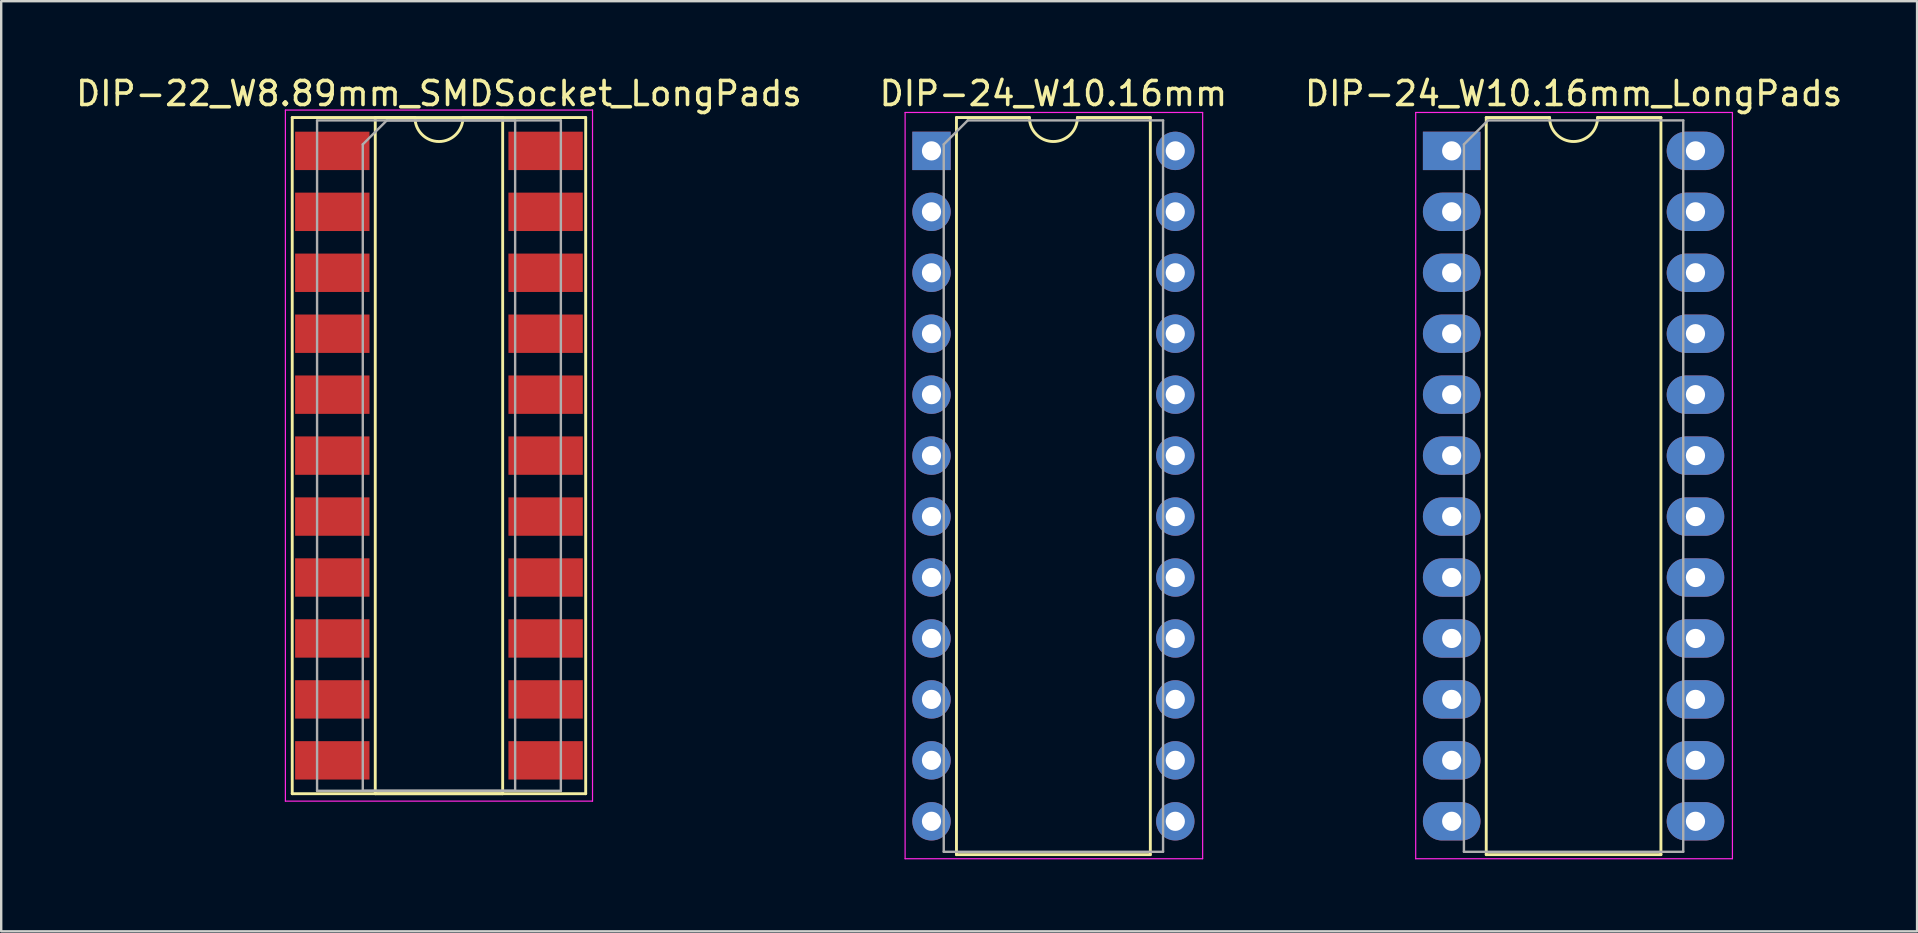
<source format=kicad_pcb>
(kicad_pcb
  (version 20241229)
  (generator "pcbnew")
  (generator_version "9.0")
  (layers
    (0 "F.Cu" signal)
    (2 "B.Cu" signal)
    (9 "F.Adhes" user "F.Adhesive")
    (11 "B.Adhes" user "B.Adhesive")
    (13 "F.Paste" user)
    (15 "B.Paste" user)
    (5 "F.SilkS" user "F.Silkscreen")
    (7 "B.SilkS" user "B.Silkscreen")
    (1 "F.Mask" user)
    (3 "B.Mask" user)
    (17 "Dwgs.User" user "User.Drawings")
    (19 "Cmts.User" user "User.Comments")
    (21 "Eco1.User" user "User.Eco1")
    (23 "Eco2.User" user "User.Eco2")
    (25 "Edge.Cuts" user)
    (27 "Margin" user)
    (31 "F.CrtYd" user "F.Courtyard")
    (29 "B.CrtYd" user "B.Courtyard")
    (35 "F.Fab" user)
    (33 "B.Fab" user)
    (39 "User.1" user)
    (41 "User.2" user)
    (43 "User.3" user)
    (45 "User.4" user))
  (footprint "DIP-22_W8.89mm_SMDSocket_LongPads"
    (layer "F.Cu")
    (at 15.244 15.938)
    (property "Reference" "DIP-22_W8.89mm_SMDSocket_LongPads" (at 0 -15.09 0) (layer "F.SilkS") (effects (font (size 1 1) (thickness 0.15))))
    (attr smd)
    (fp_line (start -6.115 -14.09) (end -6.115 14.09) (stroke (width 0.12) (type solid)) (layer "F.SilkS"))
    (fp_line (start -6.115 14.09) (end 6.115 14.09) (stroke (width 0.12) (type solid)) (layer "F.SilkS"))
    (fp_line (start -2.655 -14.09) (end -2.655 14.09) (stroke (width 0.12) (type solid)) (layer "F.SilkS"))
    (fp_line (start -2.655 14.09) (end 2.655 14.09) (stroke (width 0.12) (type solid)) (layer "F.SilkS"))
    (fp_line (start -1 -14.09) (end -2.655 -14.09) (stroke (width 0.12) (type solid)) (layer "F.SilkS"))
    (fp_line (start 2.655 -14.09) (end 1 -14.09) (stroke (width 0.12) (type solid)) (layer "F.SilkS"))
    (fp_line (start 2.655 14.09) (end 2.655 -14.09) (stroke (width 0.12) (type solid)) (layer "F.SilkS"))
    (fp_line (start 6.115 -14.09) (end -6.115 -14.09) (stroke (width 0.12) (type solid)) (layer "F.SilkS"))
    (fp_line (start 6.115 14.09) (end 6.115 -14.09) (stroke (width 0.12) (type solid)) (layer "F.SilkS"))
    (fp_arc (start 1 -14.09) (mid 0 -13.09) (end -1 -14.09) (stroke (width 0.12) (type solid)) (layer "F.SilkS"))
    (fp_line (start -6.4 -14.4) (end -6.4 14.4) (stroke (width 0.05) (type solid)) (layer "F.CrtYd"))
    (fp_line (start -6.4 14.4) (end 6.4 14.4) (stroke (width 0.05) (type solid)) (layer "F.CrtYd"))
    (fp_line (start 6.4 -14.4) (end -6.4 -14.4) (stroke (width 0.05) (type solid)) (layer "F.CrtYd"))
    (fp_line (start 6.4 14.4) (end 6.4 -14.4) (stroke (width 0.05) (type solid)) (layer "F.CrtYd"))
    (fp_line (start -5.08 -13.97) (end -5.08 13.97) (stroke (width 0.1) (type solid)) (layer "F.Fab"))
    (fp_line (start -5.08 13.97) (end 5.08 13.97) (stroke (width 0.1) (type solid)) (layer "F.Fab"))
    (fp_line (start -3.175 -12.97) (end -2.175 -13.97) (stroke (width 0.1) (type solid)) (layer "F.Fab"))
    (fp_line (start -3.175 13.97) (end -3.175 -12.97) (stroke (width 0.1) (type solid)) (layer "F.Fab"))
    (fp_line (start -2.175 -13.97) (end 3.175 -13.97) (stroke (width 0.1) (type solid)) (layer "F.Fab"))
    (fp_line (start 3.175 -13.97) (end 3.175 13.97) (stroke (width 0.1) (type solid)) (layer "F.Fab"))
    (fp_line (start 3.175 13.97) (end -3.175 13.97) (stroke (width 0.1) (type solid)) (layer "F.Fab"))
    (fp_line (start 5.08 -13.97) (end -5.08 -13.97) (stroke (width 0.1) (type solid)) (layer "F.Fab"))
    (fp_line (start 5.08 13.97) (end 5.08 -13.97) (stroke (width 0.1) (type solid)) (layer "F.Fab"))
    (pad "1" smd rect (at -4.445 -12.7) (size 3.1 1.6) (layers "F.Cu" "F.Mask"))
    (pad "2" smd rect (at -4.445 -10.16) (size 3.1 1.6) (layers "F.Cu" "F.Mask"))
    (pad "3" smd rect (at -4.445 -7.62) (size 3.1 1.6) (layers "F.Cu" "F.Mask"))
    (pad "4" smd rect (at -4.445 -5.08) (size 3.1 1.6) (layers "F.Cu" "F.Mask"))
    (pad "5" smd rect (at -4.445 -2.54) (size 3.1 1.6) (layers "F.Cu" "F.Mask"))
    (pad "6" smd rect (at -4.445 0) (size 3.1 1.6) (layers "F.Cu" "F.Mask"))
    (pad "7" smd rect (at -4.445 2.54) (size 3.1 1.6) (layers "F.Cu" "F.Mask"))
    (pad "8" smd rect (at -4.445 5.08) (size 3.1 1.6) (layers "F.Cu" "F.Mask"))
    (pad "9" smd rect (at -4.445 7.62) (size 3.1 1.6) (layers "F.Cu" "F.Mask"))
    (pad "10" smd rect (at -4.445 10.16) (size 3.1 1.6) (layers "F.Cu" "F.Mask"))
    (pad "11" smd rect (at -4.445 12.7) (size 3.1 1.6) (layers "F.Cu" "F.Mask"))
    (pad "12" smd rect (at 4.445 12.7) (size 3.1 1.6) (layers "F.Cu" "F.Mask"))
    (pad "13" smd rect (at 4.445 10.16) (size 3.1 1.6) (layers "F.Cu" "F.Mask"))
    (pad "14" smd rect (at 4.445 7.62) (size 3.1 1.6) (layers "F.Cu" "F.Mask"))
    (pad "15" smd rect (at 4.445 5.08) (size 3.1 1.6) (layers "F.Cu" "F.Mask"))
    (pad "16" smd rect (at 4.445 2.54) (size 3.1 1.6) (layers "F.Cu" "F.Mask"))
    (pad "17" smd rect (at 4.445 0) (size 3.1 1.6) (layers "F.Cu" "F.Mask"))
    (pad "18" smd rect (at 4.445 -2.54) (size 3.1 1.6) (layers "F.Cu" "F.Mask"))
    (pad "19" smd rect (at 4.445 -5.08) (size 3.1 1.6) (layers "F.Cu" "F.Mask"))
    (pad "20" smd rect (at 4.445 -7.62) (size 3.1 1.6) (layers "F.Cu" "F.Mask"))
    (pad "21" smd rect (at 4.445 -10.16) (size 3.1 1.6) (layers "F.Cu" "F.Mask"))
    (pad "22" smd rect (at 4.445 -12.7) (size 3.1 1.6) (layers "F.Cu" "F.Mask")))
  (footprint "DIP-24_W10.16mm"
    (layer "F.Cu")
    (at 35.771 3.238)
    (property "Reference" "DIP-24_W10.16mm" (at 5.08 -2.39 0) (layer "F.SilkS") (effects (font (size 1 1) (thickness 0.15))))
    (attr through_hole)
    (fp_line (start 1.04 -1.39) (end 1.04 29.33) (stroke (width 0.12) (type solid)) (layer "F.SilkS"))
    (fp_line (start 1.04 29.33) (end 9.12 29.33) (stroke (width 0.12) (type solid)) (layer "F.SilkS"))
    (fp_line (start 4.08 -1.39) (end 1.04 -1.39) (stroke (width 0.12) (type solid)) (layer "F.SilkS"))
    (fp_line (start 9.12 -1.39) (end 6.08 -1.39) (stroke (width 0.12) (type solid)) (layer "F.SilkS"))
    (fp_line (start 9.12 29.33) (end 9.12 -1.39) (stroke (width 0.12) (type solid)) (layer "F.SilkS"))
    (fp_arc (start 6.08 -1.39) (mid 5.08 -0.39) (end 4.08 -1.39) (stroke (width 0.12) (type solid)) (layer "F.SilkS"))
    (fp_line (start -1.1 -1.6) (end -1.1 29.5) (stroke (width 0.05) (type solid)) (layer "F.CrtYd"))
    (fp_line (start -1.1 29.5) (end 11.3 29.5) (stroke (width 0.05) (type solid)) (layer "F.CrtYd"))
    (fp_line (start 11.3 -1.6) (end -1.1 -1.6) (stroke (width 0.05) (type solid)) (layer "F.CrtYd"))
    (fp_line (start 11.3 29.5) (end 11.3 -1.6) (stroke (width 0.05) (type solid)) (layer "F.CrtYd"))
    (fp_line (start 0.51 -0.27) (end 1.51 -1.27) (stroke (width 0.1) (type solid)) (layer "F.Fab"))
    (fp_line (start 0.51 29.21) (end 0.51 -0.27) (stroke (width 0.1) (type solid)) (layer "F.Fab"))
    (fp_line (start 1.51 -1.27) (end 9.65 -1.27) (stroke (width 0.1) (type solid)) (layer "F.Fab"))
    (fp_line (start 9.65 -1.27) (end 9.65 29.21) (stroke (width 0.1) (type solid)) (layer "F.Fab"))
    (fp_line (start 9.65 29.21) (end 0.51 29.21) (stroke (width 0.1) (type solid)) (layer "F.Fab"))
    (pad "1" thru_hole rect (at 0 0) (size 1.6 1.6) (drill 0.8) (layers "*.Cu" "*.Mask"))
    (pad "2" thru_hole oval (at 0 2.54) (size 1.6 1.6) (drill 0.8) (layers "*.Cu" "*.Mask"))
    (pad "3" thru_hole oval (at 0 5.08) (size 1.6 1.6) (drill 0.8) (layers "*.Cu" "*.Mask"))
    (pad "4" thru_hole oval (at 0 7.62) (size 1.6 1.6) (drill 0.8) (layers "*.Cu" "*.Mask"))
    (pad "5" thru_hole oval (at 0 10.16) (size 1.6 1.6) (drill 0.8) (layers "*.Cu" "*.Mask"))
    (pad "6" thru_hole oval (at 0 12.7) (size 1.6 1.6) (drill 0.8) (layers "*.Cu" "*.Mask"))
    (pad "7" thru_hole oval (at 0 15.24) (size 1.6 1.6) (drill 0.8) (layers "*.Cu" "*.Mask"))
    (pad "8" thru_hole oval (at 0 17.78) (size 1.6 1.6) (drill 0.8) (layers "*.Cu" "*.Mask"))
    (pad "9" thru_hole oval (at 0 20.32) (size 1.6 1.6) (drill 0.8) (layers "*.Cu" "*.Mask"))
    (pad "10" thru_hole oval (at 0 22.86) (size 1.6 1.6) (drill 0.8) (layers "*.Cu" "*.Mask"))
    (pad "11" thru_hole oval (at 0 25.4) (size 1.6 1.6) (drill 0.8) (layers "*.Cu" "*.Mask"))
    (pad "12" thru_hole oval (at 0 27.94) (size 1.6 1.6) (drill 0.8) (layers "*.Cu" "*.Mask"))
    (pad "13" thru_hole oval (at 10.16 27.94) (size 1.6 1.6) (drill 0.8) (layers "*.Cu" "*.Mask"))
    (pad "14" thru_hole oval (at 10.16 25.4) (size 1.6 1.6) (drill 0.8) (layers "*.Cu" "*.Mask"))
    (pad "15" thru_hole oval (at 10.16 22.86) (size 1.6 1.6) (drill 0.8) (layers "*.Cu" "*.Mask"))
    (pad "16" thru_hole oval (at 10.16 20.32) (size 1.6 1.6) (drill 0.8) (layers "*.Cu" "*.Mask"))
    (pad "17" thru_hole oval (at 10.16 17.78) (size 1.6 1.6) (drill 0.8) (layers "*.Cu" "*.Mask"))
    (pad "18" thru_hole oval (at 10.16 15.24) (size 1.6 1.6) (drill 0.8) (layers "*.Cu" "*.Mask"))
    (pad "19" thru_hole oval (at 10.16 12.7) (size 1.6 1.6) (drill 0.8) (layers "*.Cu" "*.Mask"))
    (pad "20" thru_hole oval (at 10.16 10.16) (size 1.6 1.6) (drill 0.8) (layers "*.Cu" "*.Mask"))
    (pad "21" thru_hole oval (at 10.16 7.62) (size 1.6 1.6) (drill 0.8) (layers "*.Cu" "*.Mask"))
    (pad "22" thru_hole oval (at 10.16 5.08) (size 1.6 1.6) (drill 0.8) (layers "*.Cu" "*.Mask"))
    (pad "23" thru_hole oval (at 10.16 2.54) (size 1.6 1.6) (drill 0.8) (layers "*.Cu" "*.Mask"))
    (pad "24" thru_hole oval (at 10.16 0) (size 1.6 1.6) (drill 0.8) (layers "*.Cu" "*.Mask")))
  (footprint "DIP-24_W10.16mm_LongPads"
    (layer "F.Cu")
    (at 57.45 3.238)
    (property "Reference" "DIP-24_W10.16mm_LongPads" (at 5.08 -2.39 0) (layer "F.SilkS") (effects (font (size 1 1) (thickness 0.15))))
    (attr through_hole)
    (fp_line (start 1.44 -1.39) (end 1.44 29.33) (stroke (width 0.12) (type solid)) (layer "F.SilkS"))
    (fp_line (start 1.44 29.33) (end 8.72 29.33) (stroke (width 0.12) (type solid)) (layer "F.SilkS"))
    (fp_line (start 4.08 -1.39) (end 1.44 -1.39) (stroke (width 0.12) (type solid)) (layer "F.SilkS"))
    (fp_line (start 8.72 -1.39) (end 6.08 -1.39) (stroke (width 0.12) (type solid)) (layer "F.SilkS"))
    (fp_line (start 8.72 29.33) (end 8.72 -1.39) (stroke (width 0.12) (type solid)) (layer "F.SilkS"))
    (fp_arc (start 6.08 -1.39) (mid 5.08 -0.39) (end 4.08 -1.39) (stroke (width 0.12) (type solid)) (layer "F.SilkS"))
    (fp_line (start -1.5 -1.6) (end -1.5 29.5) (stroke (width 0.05) (type solid)) (layer "F.CrtYd"))
    (fp_line (start -1.5 29.5) (end 11.7 29.5) (stroke (width 0.05) (type solid)) (layer "F.CrtYd"))
    (fp_line (start 11.7 -1.6) (end -1.5 -1.6) (stroke (width 0.05) (type solid)) (layer "F.CrtYd"))
    (fp_line (start 11.7 29.5) (end 11.7 -1.6) (stroke (width 0.05) (type solid)) (layer "F.CrtYd"))
    (fp_line (start 0.51 -0.27) (end 1.51 -1.27) (stroke (width 0.1) (type solid)) (layer "F.Fab"))
    (fp_line (start 0.51 29.21) (end 0.51 -0.27) (stroke (width 0.1) (type solid)) (layer "F.Fab"))
    (fp_line (start 1.51 -1.27) (end 9.65 -1.27) (stroke (width 0.1) (type solid)) (layer "F.Fab"))
    (fp_line (start 9.65 -1.27) (end 9.65 29.21) (stroke (width 0.1) (type solid)) (layer "F.Fab"))
    (fp_line (start 9.65 29.21) (end 0.51 29.21) (stroke (width 0.1) (type solid)) (layer "F.Fab"))
    (pad "1" thru_hole rect (at 0 0) (size 2.4 1.6) (drill 0.8) (layers "*.Cu" "*.Mask"))
    (pad "2" thru_hole oval (at 0 2.54) (size 2.4 1.6) (drill 0.8) (layers "*.Cu" "*.Mask"))
    (pad "3" thru_hole oval (at 0 5.08) (size 2.4 1.6) (drill 0.8) (layers "*.Cu" "*.Mask"))
    (pad "4" thru_hole oval (at 0 7.62) (size 2.4 1.6) (drill 0.8) (layers "*.Cu" "*.Mask"))
    (pad "5" thru_hole oval (at 0 10.16) (size 2.4 1.6) (drill 0.8) (layers "*.Cu" "*.Mask"))
    (pad "6" thru_hole oval (at 0 12.7) (size 2.4 1.6) (drill 0.8) (layers "*.Cu" "*.Mask"))
    (pad "7" thru_hole oval (at 0 15.24) (size 2.4 1.6) (drill 0.8) (layers "*.Cu" "*.Mask"))
    (pad "8" thru_hole oval (at 0 17.78) (size 2.4 1.6) (drill 0.8) (layers "*.Cu" "*.Mask"))
    (pad "9" thru_hole oval (at 0 20.32) (size 2.4 1.6) (drill 0.8) (layers "*.Cu" "*.Mask"))
    (pad "10" thru_hole oval (at 0 22.86) (size 2.4 1.6) (drill 0.8) (layers "*.Cu" "*.Mask"))
    (pad "11" thru_hole oval (at 0 25.4) (size 2.4 1.6) (drill 0.8) (layers "*.Cu" "*.Mask"))
    (pad "12" thru_hole oval (at 0 27.94) (size 2.4 1.6) (drill 0.8) (layers "*.Cu" "*.Mask"))
    (pad "13" thru_hole oval (at 10.16 27.94) (size 2.4 1.6) (drill 0.8) (layers "*.Cu" "*.Mask"))
    (pad "14" thru_hole oval (at 10.16 25.4) (size 2.4 1.6) (drill 0.8) (layers "*.Cu" "*.Mask"))
    (pad "15" thru_hole oval (at 10.16 22.86) (size 2.4 1.6) (drill 0.8) (layers "*.Cu" "*.Mask"))
    (pad "16" thru_hole oval (at 10.16 20.32) (size 2.4 1.6) (drill 0.8) (layers "*.Cu" "*.Mask"))
    (pad "17" thru_hole oval (at 10.16 17.78) (size 2.4 1.6) (drill 0.8) (layers "*.Cu" "*.Mask"))
    (pad "18" thru_hole oval (at 10.16 15.24) (size 2.4 1.6) (drill 0.8) (layers "*.Cu" "*.Mask"))
    (pad "19" thru_hole oval (at 10.16 12.7) (size 2.4 1.6) (drill 0.8) (layers "*.Cu" "*.Mask"))
    (pad "20" thru_hole oval (at 10.16 10.16) (size 2.4 1.6) (drill 0.8) (layers "*.Cu" "*.Mask"))
    (pad "21" thru_hole oval (at 10.16 7.62) (size 2.4 1.6) (drill 0.8) (layers "*.Cu" "*.Mask"))
    (pad "22" thru_hole oval (at 10.16 5.08) (size 2.4 1.6) (drill 0.8) (layers "*.Cu" "*.Mask"))
    (pad "23" thru_hole oval (at 10.16 2.54) (size 2.4 1.6) (drill 0.8) (layers "*.Cu" "*.Mask"))
    (pad "24" thru_hole oval (at 10.16 0) (size 2.4 1.6) (drill 0.8) (layers "*.Cu" "*.Mask")))
  (gr_rect
    (start -3 -3)
    (end 76.845 35.763)
    (stroke (width 0.1) (type default))
    (fill no)
    (layer "Edge.Cuts")))
</source>
